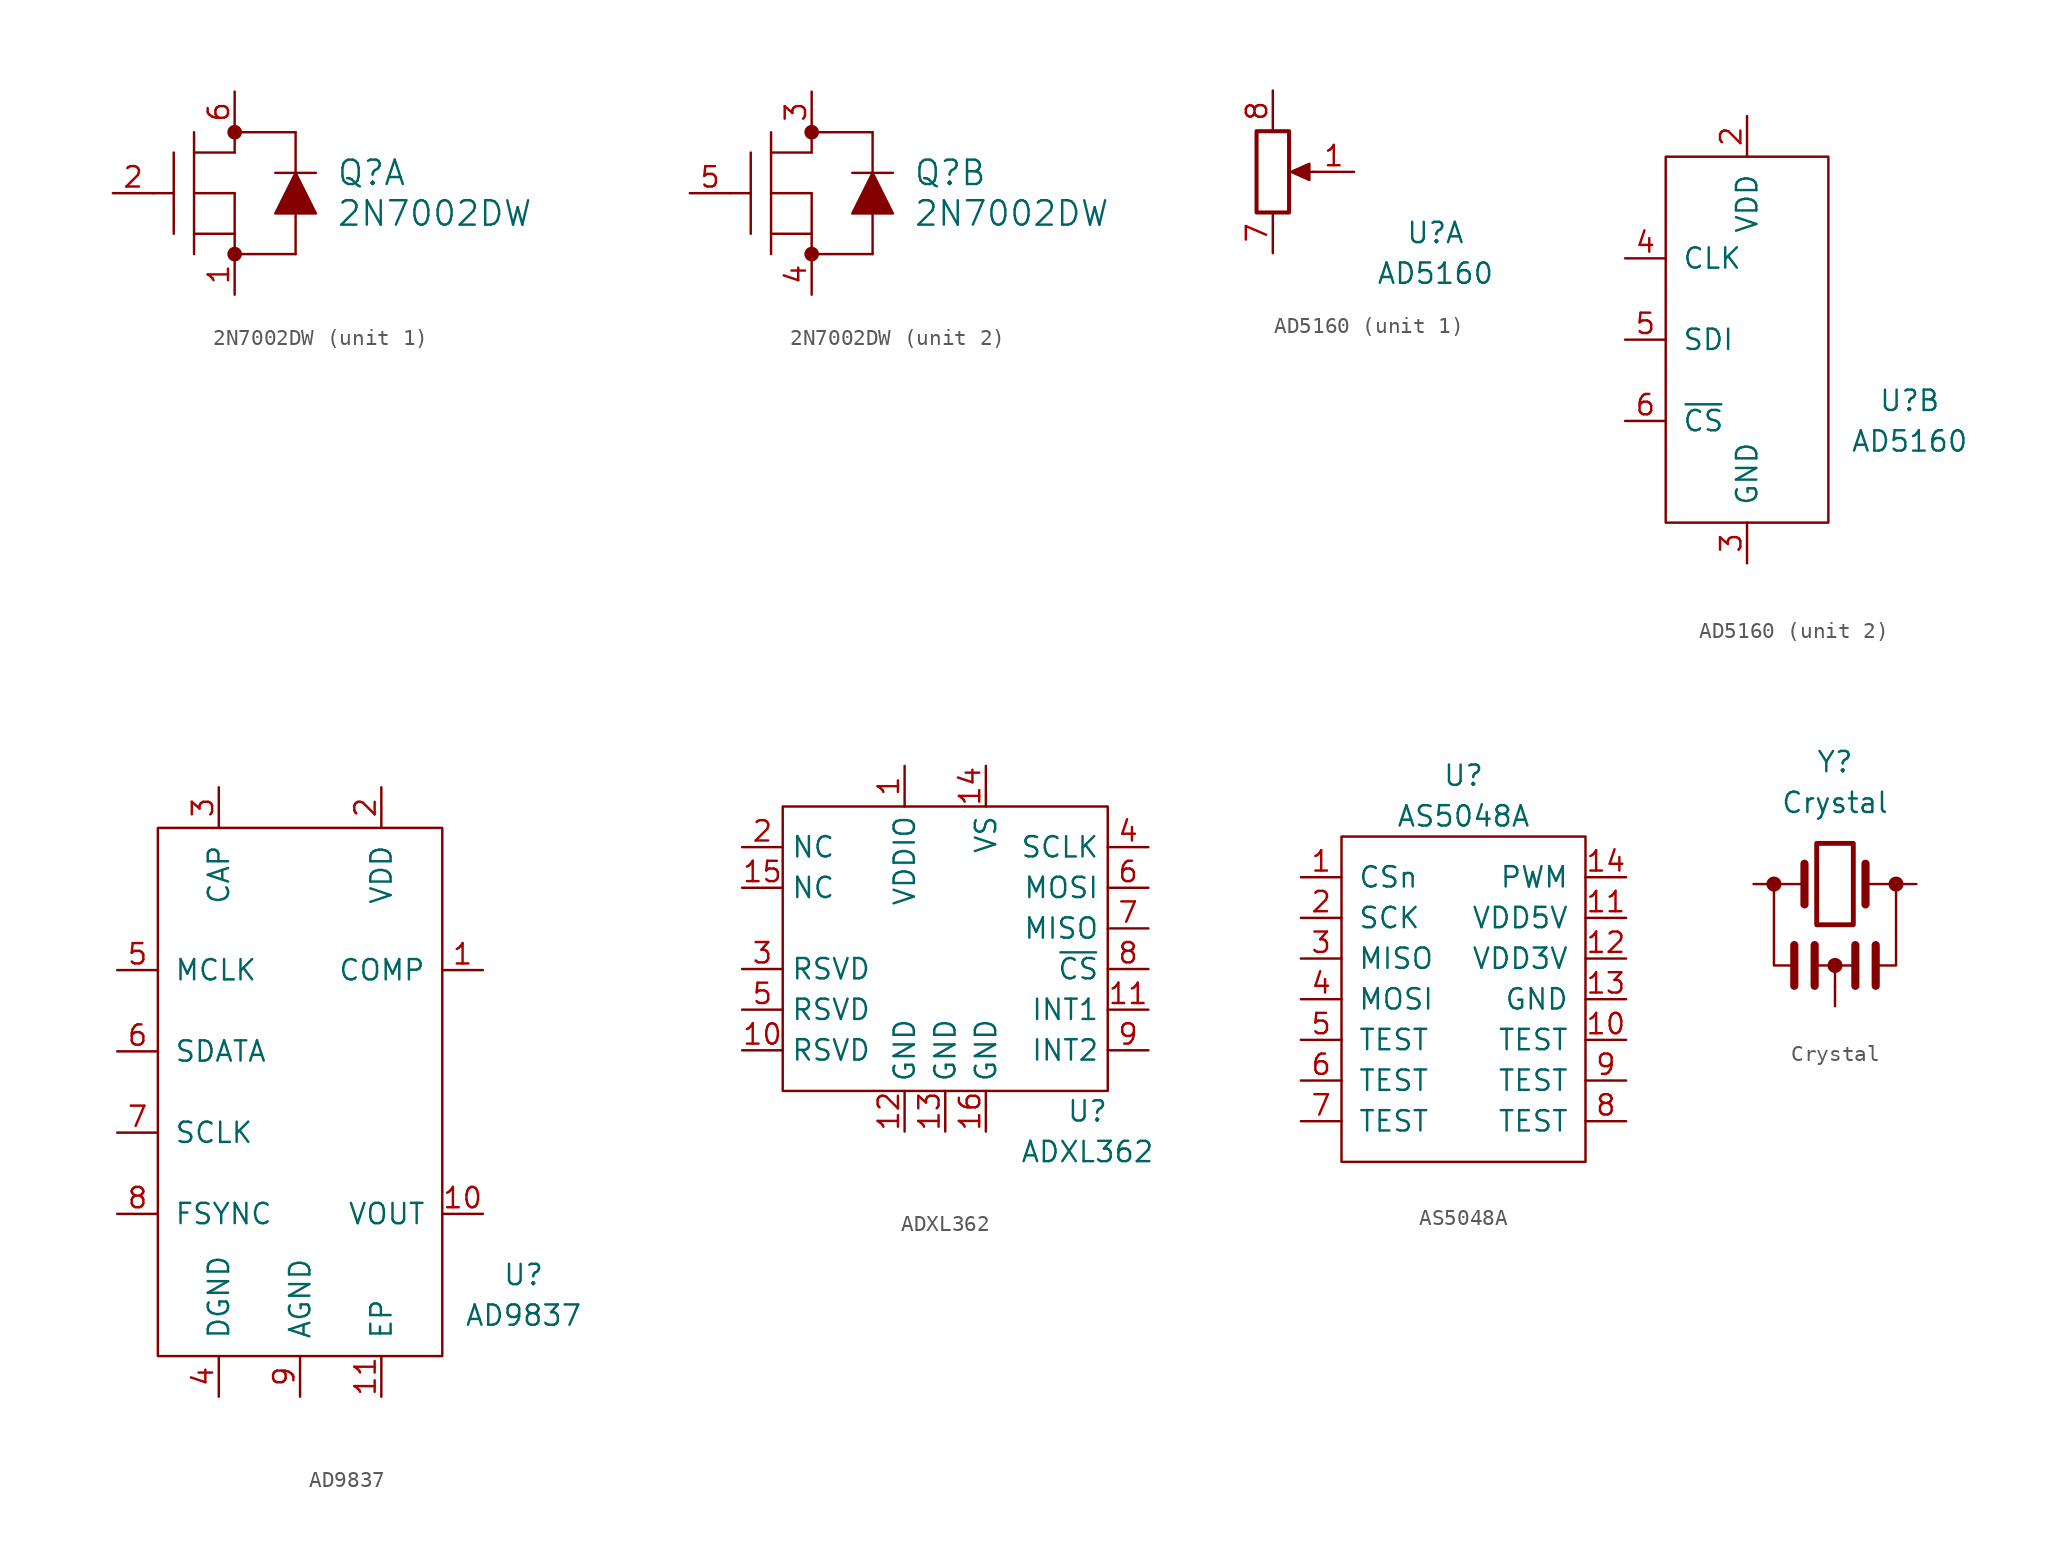
<source format=kicad_sym>
(kicad_symbol_lib
  (version 20211014)
  (generator kicad_symbol_editor)
  (symbol "2N7002DW"
    (pin_names
      (offset 1.016))
    (property "Reference" "Q"
      (at 6.35 1.27 0)
      (effects (font (size 1.524 1.524)) (justify left)))
    (property "Value" "2N7002DW"
      (at 6.35 -1.27 0)
      (effects (font (size 1.524 1.524)) (justify left)))
    (property "ki_locked" ""
      (at 0 0 0)
      (effects (font (size 1.27 1.27))))
    (symbol "2N7002DW_0_1"
      (circle (center 0 -3.81) (radius 0.381) (stroke (width 0) (type default) (color 0 0 0 0)) (fill (type outline)))
      (polyline (pts (xy -3.81 0) (xy -5.08 0)) (stroke (width 0) (type default) (color 0 0 0 0)) (fill (type none)))
      (polyline (pts (xy -3.81 2.54) (xy -3.81 -2.54)) (stroke (width 0) (type default) (color 0 0 0 0)) (fill (type none)))
      (polyline (pts (xy -2.54 -2.54) (xy 0 -2.54)) (stroke (width 0) (type default) (color 0 0 0 0)) (fill (type none)))
      (polyline (pts (xy -2.54 0) (xy 0 0)) (stroke (width 0) (type default) (color 0 0 0 0)) (fill (type none)))
      (polyline (pts (xy -2.54 3.81) (xy -2.54 -3.81)) (stroke (width 0) (type default) (color 0 0 0 0)) (fill (type none)))
      (polyline (pts (xy 0 -2.54) (xy 0 -3.81)) (stroke (width 0) (type default) (color 0 0 0 0)) (fill (type none)))
      (polyline (pts (xy 0 0) (xy 0 -2.54)) (stroke (width 0) (type default) (color 0 0 0 0)) (fill (type none)))
      (polyline (pts (xy 0 2.54) (xy -2.54 2.54)) (stroke (width 0) (type default) (color 0 0 0 0)) (fill (type none)))
      (polyline (pts (xy 0 3.81) (xy 0 2.54)) (stroke (width 0) (type default) (color 0 0 0 0)) (fill (type none)))
      (polyline (pts (xy 0 3.81) (xy 3.81 3.81)) (stroke (width 0) (type default) (color 0 0 0 0)) (fill (type none)))
      (polyline (pts (xy 2.54 1.27) (xy 5.08 1.27)) (stroke (width 0) (type default) (color 0 0 0 0)) (fill (type none)))
      (polyline (pts (xy 3.81 -3.81) (xy 0 -3.81)) (stroke (width 0) (type default) (color 0 0 0 0)) (fill (type none)))
      (polyline (pts (xy 3.81 -1.27) (xy 3.81 -3.81)) (stroke (width 0) (type default) (color 0 0 0 0)) (fill (type none)))
      (polyline (pts (xy 3.81 3.81) (xy 3.81 1.27)) (stroke (width 0) (type default) (color 0 0 0 0)) (fill (type none)))
      (polyline (pts (xy 3.81 1.27) (xy 2.54 -1.27) (xy 5.08 -1.27) (xy 3.81 1.27)) (stroke (width 0) (type default) (color 0 0 0 0)) (fill (type outline)))
      (circle (center 0 3.81) (radius 0.381) (stroke (width 0) (type default) (color 0 0 0 0)) (fill (type outline))))
    (symbol "2N7002DW_1_1"
      (pin input line (at 0 -6.35 90) (length 2.54) (name "~" (effects (font (size 1.27 1.27)))) (number "1" (effects (font (size 1.27 1.27)))))
      (pin input line (at -7.62 0 0) (length 2.54) (name "~" (effects (font (size 1.27 1.27)))) (number "2" (effects (font (size 1.27 1.27)))))
      (pin input line (at 0 6.35 270) (length 2.54) (name "~" (effects (font (size 1.27 1.27)))) (number "6" (effects (font (size 1.27 1.27))))))
    (symbol "2N7002DW_2_1"
      (pin input line (at 0 6.35 270) (length 2.54) (name "~" (effects (font (size 1.27 1.27)))) (number "3" (effects (font (size 1.27 1.27)))))
      (pin input line (at 0 -6.35 90) (length 2.54) (name "~" (effects (font (size 1.27 1.27)))) (number "4" (effects (font (size 1.27 1.27)))))
      (pin input line (at -7.62 0 0) (length 2.54) (name "~" (effects (font (size 1.27 1.27)))) (number "5" (effects (font (size 1.27 1.27)))))))
  (symbol "AD5160"
    (pin_names
      (offset 1.016))
    (property "Reference" "U"
      (at 10.16 -3.81 0)
      (effects (font (size 1.27 1.27))))
    (property "Value" "AD5160"
      (at 10.16 -6.35 0)
      (effects (font (size 1.27 1.27))))
    (property "ki_locked" ""
      (at 0 0 0)
      (effects (font (size 1.27 1.27))))
    (symbol "AD5160_1_1"
      (polyline (pts (xy 2.54 0) (xy 1.524 0)) (stroke (width 0) (type default) (color 0 0 0 0)) (fill (type none)))
      (polyline (pts (xy 1.143 0) (xy 2.286 0.508) (xy 2.286 -0.508) (xy 1.143 0)) (stroke (width 0) (type default) (color 0 0 0 0)) (fill (type outline)))
      (rectangle (start 1.016 2.54) (end -1.016 -2.54) (stroke (width 0.254) (type default) (color 0 0 0 0)) (fill (type none)))
      (pin passive line (at 5.08 0 180) (length 2.54) (name "~" (effects (font (size 1.27 1.27)))) (number "1" (effects (font (size 1.27 1.27)))))
      (pin passive line (at 0 -5.08 90) (length 2.54) (name "~" (effects (font (size 1.27 1.27)))) (number "7" (effects (font (size 1.27 1.27)))))
      (pin passive line (at 0 5.08 270) (length 2.54) (name "~" (effects (font (size 1.27 1.27)))) (number "8" (effects (font (size 1.27 1.27))))))
    (symbol "AD5160_2_1"
      (rectangle (start -5.08 11.43) (end 5.08 -11.43) (stroke (width 0) (type default) (color 0 0 0 0)) (fill (type none)))
      (pin power_in line (at 0 13.97 270) (length 2.54) (name "VDD" (effects (font (size 1.27 1.27)))) (number "2" (effects (font (size 1.27 1.27)))))
      (pin power_in line (at 0 -13.97 90) (length 2.54) (name "GND" (effects (font (size 1.27 1.27)))) (number "3" (effects (font (size 1.27 1.27)))))
      (pin input line (at -7.62 5.08 0) (length 2.54) (name "CLK" (effects (font (size 1.27 1.27)))) (number "4" (effects (font (size 1.27 1.27)))))
      (pin input line (at -7.62 0 0) (length 2.54) (name "SDI" (effects (font (size 1.27 1.27)))) (number "5" (effects (font (size 1.27 1.27)))))
      (pin input line (at -7.62 -5.08 0) (length 2.54) (name "~{CS}" (effects (font (size 1.27 1.27)))) (number "6" (effects (font (size 1.27 1.27)))))))
  (symbol "AD9837"
    (pin_names
      (offset 1.016))
    (property "Reference" "U"
      (at 13.97 -11.43 0)
      (effects (font (size 1.27 1.27))))
    (property "Value" "AD9837"
      (at 13.97 -13.97 0)
      (effects (font (size 1.27 1.27))))
    (symbol "AD9837_0_1"
      (rectangle (start -8.89 16.51) (end 8.89 -16.51) (stroke (width 0) (type default) (color 0 0 0 0)) (fill (type none))))
    (symbol "AD9837_1_1"
      (pin passive line (at 11.43 7.62 180) (length 2.54) (name "COMP" (effects (font (size 1.27 1.27)))) (number "1" (effects (font (size 1.27 1.27)))))
      (pin output line (at 11.43 -7.62 180) (length 2.54) (name "VOUT" (effects (font (size 1.27 1.27)))) (number "10" (effects (font (size 1.27 1.27)))))
      (pin power_in line (at 5.08 -19.05 90) (length 2.54) (name "EP" (effects (font (size 1.27 1.27)))) (number "11" (effects (font (size 1.27 1.27)))))
      (pin power_in line (at 5.08 19.05 270) (length 2.54) (name "VDD" (effects (font (size 1.27 1.27)))) (number "2" (effects (font (size 1.27 1.27)))))
      (pin passive line (at -5.08 19.05 270) (length 2.54) (name "CAP" (effects (font (size 1.27 1.27)))) (number "3" (effects (font (size 1.27 1.27)))))
      (pin power_in line (at -5.08 -19.05 90) (length 2.54) (name "DGND" (effects (font (size 1.27 1.27)))) (number "4" (effects (font (size 1.27 1.27)))))
      (pin input line (at -11.43 7.62 0) (length 2.54) (name "MCLK" (effects (font (size 1.27 1.27)))) (number "5" (effects (font (size 1.27 1.27)))))
      (pin input line (at -11.43 2.54 0) (length 2.54) (name "SDATA" (effects (font (size 1.27 1.27)))) (number "6" (effects (font (size 1.27 1.27)))))
      (pin input line (at -11.43 -2.54 0) (length 2.54) (name "SCLK" (effects (font (size 1.27 1.27)))) (number "7" (effects (font (size 1.27 1.27)))))
      (pin input line (at -11.43 -7.62 0) (length 2.54) (name "FSYNC" (effects (font (size 1.27 1.27)))) (number "8" (effects (font (size 1.27 1.27)))))
      (pin power_in line (at 0 -19.05 90) (length 2.54) (name "AGND" (effects (font (size 1.27 1.27)))) (number "9" (effects (font (size 1.27 1.27)))))))
  (symbol "ADXL362"
    (property "Reference" "U"
      (at 8.89 -10.16 0)
      (effects (font (size 1.27 1.27))))
    (property "Value" "ADXL362"
      (at 8.89 -12.7 0)
      (effects (font (size 1.27 1.27))))
    (symbol "ADXL362_0_1"
      (rectangle (start -10.16 8.89) (end 10.16 -8.89) (stroke (width 0) (type default) (color 0 0 0 0)) (fill (type none))))
    (symbol "ADXL362_1_1"
      (pin input line (at -2.54 11.43 270) (length 2.54) (name "VDDIO" (effects (font (size 1.27 1.27)))) (number "1" (effects (font (size 1.27 1.27)))))
      (pin input line (at -12.7 -6.35 0) (length 2.54) (name "RSVD" (effects (font (size 1.27 1.27)))) (number "10" (effects (font (size 1.27 1.27)))))
      (pin input line (at 12.7 -3.81 180) (length 2.54) (name "INT1" (effects (font (size 1.27 1.27)))) (number "11" (effects (font (size 1.27 1.27)))))
      (pin input line (at -2.54 -11.43 90) (length 2.54) (name "GND" (effects (font (size 1.27 1.27)))) (number "12" (effects (font (size 1.27 1.27)))))
      (pin input line (at 0 -11.43 90) (length 2.54) (name "GND" (effects (font (size 1.27 1.27)))) (number "13" (effects (font (size 1.27 1.27)))))
      (pin input line (at 2.54 11.43 270) (length 2.54) (name "VS" (effects (font (size 1.27 1.27)))) (number "14" (effects (font (size 1.27 1.27)))))
      (pin input line (at -12.7 3.81 0) (length 2.54) (name "NC" (effects (font (size 1.27 1.27)))) (number "15" (effects (font (size 1.27 1.27)))))
      (pin input line (at 2.54 -11.43 90) (length 2.54) (name "GND" (effects (font (size 1.27 1.27)))) (number "16" (effects (font (size 1.27 1.27)))))
      (pin input line (at -12.7 6.35 0) (length 2.54) (name "NC" (effects (font (size 1.27 1.27)))) (number "2" (effects (font (size 1.27 1.27)))))
      (pin input line (at -12.7 -1.27 0) (length 2.54) (name "RSVD" (effects (font (size 1.27 1.27)))) (number "3" (effects (font (size 1.27 1.27)))))
      (pin input line (at 12.7 6.35 180) (length 2.54) (name "SCLK" (effects (font (size 1.27 1.27)))) (number "4" (effects (font (size 1.27 1.27)))))
      (pin input line (at -12.7 -3.81 0) (length 2.54) (name "RSVD" (effects (font (size 1.27 1.27)))) (number "5" (effects (font (size 1.27 1.27)))))
      (pin input line (at 12.7 3.81 180) (length 2.54) (name "MOSI" (effects (font (size 1.27 1.27)))) (number "6" (effects (font (size 1.27 1.27)))))
      (pin input line (at 12.7 1.27 180) (length 2.54) (name "MISO" (effects (font (size 1.27 1.27)))) (number "7" (effects (font (size 1.27 1.27)))))
      (pin input line (at 12.7 -1.27 180) (length 2.54) (name "~{CS}" (effects (font (size 1.27 1.27)))) (number "8" (effects (font (size 1.27 1.27)))))
      (pin input line (at 12.7 -6.35 180) (length 2.54) (name "INT2" (effects (font (size 1.27 1.27)))) (number "9" (effects (font (size 1.27 1.27)))))))
  (symbol "AS5048A"
    (pin_names
      (offset 1.016))
    (property "Reference" "U"
      (at 0 13.97 0)
      (effects (font (size 1.27 1.27))))
    (property "Value" "AS5048A"
      (at 0 11.43 0)
      (effects (font (size 1.27 1.27))))
    (symbol "AS5048A_0_1"
      (rectangle (start -7.62 10.16) (end 7.62 -10.16) (stroke (width 0) (type default) (color 0 0 0 0)) (fill (type none))))
    (symbol "AS5048A_1_1"
      (pin input line (at -10.16 7.62 0) (length 2.54) (name "CSn" (effects (font (size 1.27 1.27)))) (number "1" (effects (font (size 1.27 1.27)))))
      (pin input line (at 10.16 -2.54 180) (length 2.54) (name "TEST" (effects (font (size 1.27 1.27)))) (number "10" (effects (font (size 1.27 1.27)))))
      (pin input line (at 10.16 5.08 180) (length 2.54) (name "VDD5V" (effects (font (size 1.27 1.27)))) (number "11" (effects (font (size 1.27 1.27)))))
      (pin input line (at 10.16 2.54 180) (length 2.54) (name "VDD3V" (effects (font (size 1.27 1.27)))) (number "12" (effects (font (size 1.27 1.27)))))
      (pin input line (at 10.16 0 180) (length 2.54) (name "GND" (effects (font (size 1.27 1.27)))) (number "13" (effects (font (size 1.27 1.27)))))
      (pin input line (at 10.16 7.62 180) (length 2.54) (name "PWM" (effects (font (size 1.27 1.27)))) (number "14" (effects (font (size 1.27 1.27)))))
      (pin input line (at -10.16 5.08 0) (length 2.54) (name "SCK" (effects (font (size 1.27 1.27)))) (number "2" (effects (font (size 1.27 1.27)))))
      (pin input line (at -10.16 2.54 0) (length 2.54) (name "MISO" (effects (font (size 1.27 1.27)))) (number "3" (effects (font (size 1.27 1.27)))))
      (pin input line (at -10.16 0 0) (length 2.54) (name "MOSI" (effects (font (size 1.27 1.27)))) (number "4" (effects (font (size 1.27 1.27)))))
      (pin input line (at -10.16 -2.54 0) (length 2.54) (name "TEST" (effects (font (size 1.27 1.27)))) (number "5" (effects (font (size 1.27 1.27)))))
      (pin input line (at -10.16 -5.08 0) (length 2.54) (name "TEST" (effects (font (size 1.27 1.27)))) (number "6" (effects (font (size 1.27 1.27)))))
      (pin input line (at -10.16 -7.62 0) (length 2.54) (name "TEST" (effects (font (size 1.27 1.27)))) (number "7" (effects (font (size 1.27 1.27)))))
      (pin input line (at 10.16 -7.62 180) (length 2.54) (name "TEST" (effects (font (size 1.27 1.27)))) (number "8" (effects (font (size 1.27 1.27)))))
      (pin input line (at 10.16 -5.08 180) (length 2.54) (name "TEST" (effects (font (size 1.27 1.27)))) (number "9" (effects (font (size 1.27 1.27)))))))
  (symbol "Crystal"
    (pin_numbers hide)
    (pin_names
      (offset 1.016) hide)
    (property "Reference" "Y"
      (at 0 7.62 0)
      (effects (font (size 1.27 1.27))))
    (property "Value" "Crystal"
      (at 0 5.08 0)
      (effects (font (size 1.27 1.27))))
    (symbol "Crystal_0_1"
      (circle (center -3.81 0) (radius 0.279) (stroke (width 0.381) (type default) (color 0 0 0 0)) (fill (type none)))
      (circle (center -3.81 0.127) (radius 0.0001) (stroke (width 0) (type default) (color 0 0 0 0)) (fill (type none)))
      (rectangle (start -1.143 2.54) (end 1.143 -2.54) (stroke (width 0.305) (type default) (color 0 0 0 0)) (fill (type none)))
      (circle (center 0 -5.08) (radius 0.279) (stroke (width 0.381) (type default) (color 0 0 0 0)) (fill (type none)))
      (polyline (pts (xy -3.81 0) (xy -1.905 0)) (stroke (width 0) (type default) (color 0 0 0 0)) (fill (type none)))
      (polyline (pts (xy -2.54 -3.81) (xy -2.54 -6.35)) (stroke (width 0.508) (type default) (color 0 0 0 0)) (fill (type none)))
      (polyline (pts (xy -1.905 -1.27) (xy -1.905 1.27)) (stroke (width 0.508) (type default) (color 0 0 0 0)) (fill (type none)))
      (polyline (pts (xy -1.27 -5.08) (xy 1.27 -5.08)) (stroke (width 0) (type default) (color 0 0 0 0)) (fill (type none)))
      (polyline (pts (xy -1.27 -3.81) (xy -1.27 -6.35)) (stroke (width 0.508) (type default) (color 0 0 0 0)) (fill (type none)))
      (polyline (pts (xy 0 -6.35) (xy 0 -5.08)) (stroke (width 0) (type default) (color 0 0 0 0)) (fill (type none)))
      (polyline (pts (xy 1.27 -3.81) (xy 1.27 -6.35)) (stroke (width 0.508) (type default) (color 0 0 0 0)) (fill (type none)))
      (polyline (pts (xy 1.905 -1.27) (xy 1.905 1.27)) (stroke (width 0.508) (type default) (color 0 0 0 0)) (fill (type none)))
      (polyline (pts (xy 2.54 -3.81) (xy 2.54 -6.35)) (stroke (width 0.508) (type default) (color 0 0 0 0)) (fill (type none)))
      (polyline (pts (xy 3.81 0) (xy 1.905 0)) (stroke (width 0) (type default) (color 0 0 0 0)) (fill (type none)))
      (polyline (pts (xy -3.81 0) (xy -3.81 -5.08) (xy -2.54 -5.08)) (stroke (width 0) (type default) (color 0 0 0 0)) (fill (type none)))
      (polyline (pts (xy 2.54 -5.08) (xy 3.81 -5.08) (xy 3.81 0)) (stroke (width 0) (type default) (color 0 0 0 0)) (fill (type none)))
      (circle (center 3.81 0) (radius 0.279) (stroke (width 0.381) (type default) (color 0 0 0 0)) (fill (type none))))
    (symbol "Crystal_1_1"
      (pin passive line (at -5.08 0 0) (length 1.27) (name "1" (effects (font (size 1.27 1.27)))) (number "1" (effects (font (size 1.27 1.27)))))
      (pin passive line (at 0 -7.62 90) (length 1.27) (name "2" (effects (font (size 1.27 1.27)))) (number "2" (effects (font (size 1.27 1.27)))))
      (pin passive line (at 5.08 0 180) (length 1.27) (name "3" (effects (font (size 1.27 1.27)))) (number "3" (effects (font (size 1.27 1.27))))))))
</source>
